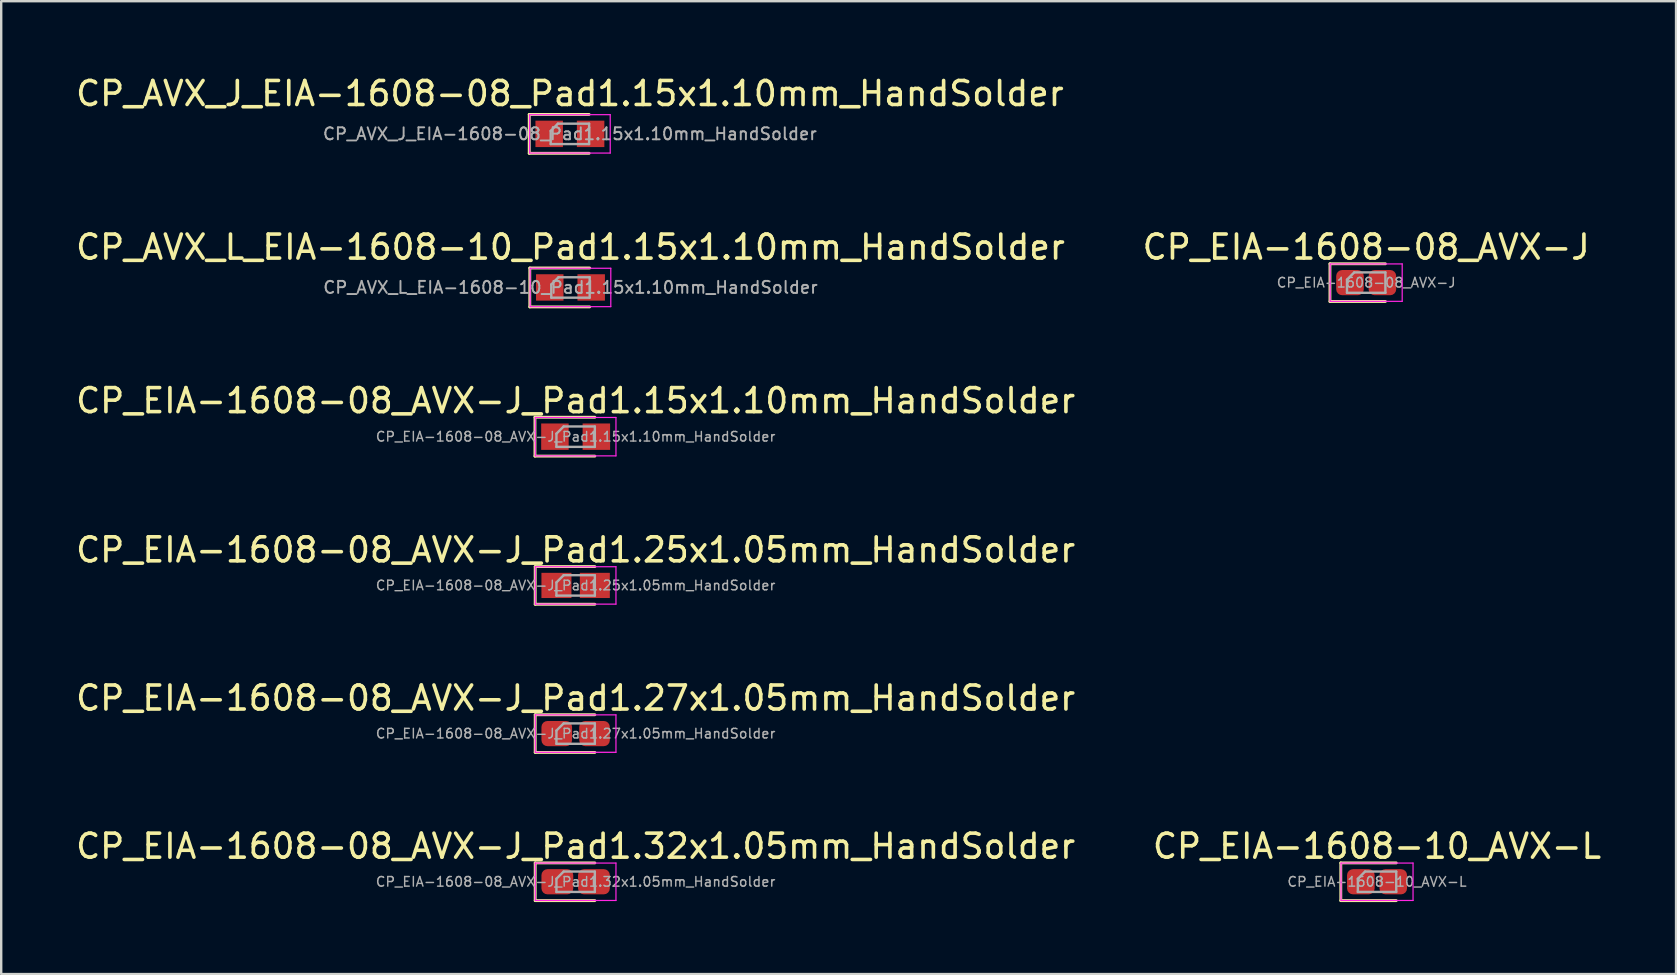
<source format=kicad_pcb>
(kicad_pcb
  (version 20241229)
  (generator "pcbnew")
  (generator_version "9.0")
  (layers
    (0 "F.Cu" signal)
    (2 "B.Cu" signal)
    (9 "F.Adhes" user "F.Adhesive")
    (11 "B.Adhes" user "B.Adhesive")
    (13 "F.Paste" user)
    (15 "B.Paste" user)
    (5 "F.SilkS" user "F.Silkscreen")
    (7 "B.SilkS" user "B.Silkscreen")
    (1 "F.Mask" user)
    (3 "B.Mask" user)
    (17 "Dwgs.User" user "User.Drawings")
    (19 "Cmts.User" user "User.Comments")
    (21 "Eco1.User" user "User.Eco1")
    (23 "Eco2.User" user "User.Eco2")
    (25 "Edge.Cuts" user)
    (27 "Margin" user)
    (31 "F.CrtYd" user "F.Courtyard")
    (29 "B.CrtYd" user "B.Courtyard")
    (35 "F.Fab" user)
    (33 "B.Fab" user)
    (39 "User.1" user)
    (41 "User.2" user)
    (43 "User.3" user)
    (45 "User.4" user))
  (footprint "CP_AVX_J_EIA-1608-08_Pad1.15x1.10mm_HandSolder"
    (layer "F.Cu")
    (at 20.696 2.528)
    (property "Reference" "CP_AVX_J_EIA-1608-08_Pad1.15x1.10mm_HandSolder" (at 0 -1.68 0) (layer "F.SilkS") (effects (font (size 1 1) (thickness 0.15))))
    (attr smd)
    (fp_line (start -1.695 -0.81) (end -1.695 0.81) (stroke (width 0.12) (type solid)) (layer "F.SilkS"))
    (fp_line (start -1.695 0.81) (end 0.8 0.81) (stroke (width 0.12) (type solid)) (layer "F.SilkS"))
    (fp_line (start 0.8 -0.81) (end -1.695 -0.81) (stroke (width 0.12) (type solid)) (layer "F.SilkS"))
    (fp_line (start -1.68 -0.8) (end 1.68 -0.8) (stroke (width 0.05) (type solid)) (layer "F.CrtYd"))
    (fp_line (start -1.68 0.8) (end -1.68 -0.8) (stroke (width 0.05) (type solid)) (layer "F.CrtYd"))
    (fp_line (start 1.68 -0.8) (end 1.68 0.8) (stroke (width 0.05) (type solid)) (layer "F.CrtYd"))
    (fp_line (start 1.68 0.8) (end -1.68 0.8) (stroke (width 0.05) (type solid)) (layer "F.CrtYd"))
    (fp_line (start -0.8 -0.125) (end -0.8 0.425) (stroke (width 0.1) (type solid)) (layer "F.Fab"))
    (fp_line (start -0.8 0.425) (end 0.8 0.425) (stroke (width 0.1) (type solid)) (layer "F.Fab"))
    (fp_line (start -0.5 -0.425) (end -0.8 -0.125) (stroke (width 0.1) (type solid)) (layer "F.Fab"))
    (fp_line (start 0.8 -0.425) (end -0.5 -0.425) (stroke (width 0.1) (type solid)) (layer "F.Fab"))
    (fp_line (start 0.8 0.425) (end 0.8 -0.425) (stroke (width 0.1) (type solid)) (layer "F.Fab"))
    (fp_text user "${REFERENCE}" (at 0 0 0) (layer "F.Fab") (effects (font (size 0.5 0.5) (thickness 0.08))))
    (pad "1" smd rect (at -0.863 0) (size 1.145 1.1) (layers "F.Cu" "F.Mask" "F.Paste"))
    (pad "2" smd rect (at 0.863 0) (size 1.145 1.1) (layers "F.Cu" "F.Mask" "F.Paste")))
  (footprint "CP_EIA-1608-08_AVX-J_Pad1.15x1.10mm_HandSolder"
    (layer "F.Cu")
    (at 20.935 15.145)
    (property "Reference" "CP_EIA-1608-08_AVX-J_Pad1.15x1.10mm_HandSolder" (at 0 -1.5 0) (layer "F.SilkS") (effects (font (size 1 1) (thickness 0.15))))
    (attr smd)
    (fp_line (start -1.695 -0.81) (end -1.695 0.81) (stroke (width 0.12) (type solid)) (layer "F.SilkS"))
    (fp_line (start -1.695 0.81) (end 0.8 0.81) (stroke (width 0.12) (type solid)) (layer "F.SilkS"))
    (fp_line (start 0.8 -0.81) (end -1.695 -0.81) (stroke (width 0.12) (type solid)) (layer "F.SilkS"))
    (fp_line (start -1.68 -0.8) (end 1.68 -0.8) (stroke (width 0.05) (type solid)) (layer "F.CrtYd"))
    (fp_line (start -1.68 0.8) (end -1.68 -0.8) (stroke (width 0.05) (type solid)) (layer "F.CrtYd"))
    (fp_line (start 1.68 -0.8) (end 1.68 0.8) (stroke (width 0.05) (type solid)) (layer "F.CrtYd"))
    (fp_line (start 1.68 0.8) (end -1.68 0.8) (stroke (width 0.05) (type solid)) (layer "F.CrtYd"))
    (fp_line (start -0.8 -0.125) (end -0.8 0.425) (stroke (width 0.1) (type solid)) (layer "F.Fab"))
    (fp_line (start -0.8 0.425) (end 0.8 0.425) (stroke (width 0.1) (type solid)) (layer "F.Fab"))
    (fp_line (start -0.5 -0.425) (end -0.8 -0.125) (stroke (width 0.1) (type solid)) (layer "F.Fab"))
    (fp_line (start 0.8 -0.425) (end -0.5 -0.425) (stroke (width 0.1) (type solid)) (layer "F.Fab"))
    (fp_line (start 0.8 0.425) (end 0.8 -0.425) (stroke (width 0.1) (type solid)) (layer "F.Fab"))
    (fp_text user "${REFERENCE}" (at 0 0 0) (layer "F.Fab") (effects (font (size 0.4 0.4) (thickness 0.06))))
    (pad "1" smd rect (at -0.863 0) (size 1.145 1.1) (layers "F.Cu" "F.Mask" "F.Paste"))
    (pad "2" smd rect (at 0.863 0) (size 1.145 1.1) (layers "F.Cu" "F.Mask" "F.Paste")))
  (footprint "CP_EIA-1608-08_AVX-J_Pad1.25x1.05mm_HandSolder"
    (layer "F.Cu")
    (at 20.935 21.343)
    (property "Reference" "CP_EIA-1608-08_AVX-J_Pad1.25x1.05mm_HandSolder" (at 0 -1.48 0) (layer "F.SilkS") (effects (font (size 1 1) (thickness 0.15))))
    (attr smd)
    (fp_line (start -1.685 -0.785) (end -1.685 0.785) (stroke (width 0.12) (type solid)) (layer "F.SilkS"))
    (fp_line (start -1.685 0.785) (end 0.8 0.785) (stroke (width 0.12) (type solid)) (layer "F.SilkS"))
    (fp_line (start 0.8 -0.785) (end -1.685 -0.785) (stroke (width 0.12) (type solid)) (layer "F.SilkS"))
    (fp_line (start -1.68 -0.78) (end 1.68 -0.78) (stroke (width 0.05) (type solid)) (layer "F.CrtYd"))
    (fp_line (start -1.68 0.78) (end -1.68 -0.78) (stroke (width 0.05) (type solid)) (layer "F.CrtYd"))
    (fp_line (start 1.68 -0.78) (end 1.68 0.78) (stroke (width 0.05) (type solid)) (layer "F.CrtYd"))
    (fp_line (start 1.68 0.78) (end -1.68 0.78) (stroke (width 0.05) (type solid)) (layer "F.CrtYd"))
    (fp_line (start -0.8 -0.125) (end -0.8 0.425) (stroke (width 0.1) (type solid)) (layer "F.Fab"))
    (fp_line (start -0.8 0.425) (end 0.8 0.425) (stroke (width 0.1) (type solid)) (layer "F.Fab"))
    (fp_line (start -0.5 -0.425) (end -0.8 -0.125) (stroke (width 0.1) (type solid)) (layer "F.Fab"))
    (fp_line (start 0.8 -0.425) (end -0.5 -0.425) (stroke (width 0.1) (type solid)) (layer "F.Fab"))
    (fp_line (start 0.8 0.425) (end 0.8 -0.425) (stroke (width 0.1) (type solid)) (layer "F.Fab"))
    (fp_text user "${REFERENCE}" (at 0 0 0) (layer "F.Fab") (effects (font (size 0.4 0.4) (thickness 0.06))))
    (pad "1" smd rect (at -0.8 0) (size 1.25 1.05) (layers "F.Cu" "F.Mask" "F.Paste"))
    (pad "2" smd rect (at 0.8 0) (size 1.25 1.05) (layers "F.Cu" "F.Mask" "F.Paste")))
  (footprint "CP_AVX_L_EIA-1608-10_Pad1.15x1.10mm_HandSolder"
    (layer "F.Cu")
    (at 20.72 8.927)
    (property "Reference" "CP_AVX_L_EIA-1608-10_Pad1.15x1.10mm_HandSolder" (at 0 -1.68 0) (layer "F.SilkS") (effects (font (size 1 1) (thickness 0.15))))
    (attr smd)
    (fp_line (start -1.695 -0.81) (end -1.695 0.81) (stroke (width 0.12) (type solid)) (layer "F.SilkS"))
    (fp_line (start -1.695 0.81) (end 0.8 0.81) (stroke (width 0.12) (type solid)) (layer "F.SilkS"))
    (fp_line (start 0.8 -0.81) (end -1.695 -0.81) (stroke (width 0.12) (type solid)) (layer "F.SilkS"))
    (fp_line (start -1.68 -0.8) (end 1.68 -0.8) (stroke (width 0.05) (type solid)) (layer "F.CrtYd"))
    (fp_line (start -1.68 0.8) (end -1.68 -0.8) (stroke (width 0.05) (type solid)) (layer "F.CrtYd"))
    (fp_line (start 1.68 -0.8) (end 1.68 0.8) (stroke (width 0.05) (type solid)) (layer "F.CrtYd"))
    (fp_line (start 1.68 0.8) (end -1.68 0.8) (stroke (width 0.05) (type solid)) (layer "F.CrtYd"))
    (fp_line (start -0.8 -0.125) (end -0.8 0.425) (stroke (width 0.1) (type solid)) (layer "F.Fab"))
    (fp_line (start -0.8 0.425) (end 0.8 0.425) (stroke (width 0.1) (type solid)) (layer "F.Fab"))
    (fp_line (start -0.5 -0.425) (end -0.8 -0.125) (stroke (width 0.1) (type solid)) (layer "F.Fab"))
    (fp_line (start 0.8 -0.425) (end -0.5 -0.425) (stroke (width 0.1) (type solid)) (layer "F.Fab"))
    (fp_line (start 0.8 0.425) (end 0.8 -0.425) (stroke (width 0.1) (type solid)) (layer "F.Fab"))
    (fp_text user "${REFERENCE}" (at 0 0 0) (layer "F.Fab") (effects (font (size 0.5 0.5) (thickness 0.08))))
    (pad "1" smd rect (at -0.863 0) (size 1.145 1.1) (layers "F.Cu" "F.Mask" "F.Paste"))
    (pad "2" smd rect (at 0.863 0) (size 1.145 1.1) (layers "F.Cu" "F.Mask" "F.Paste")))
  (footprint "CP_EIA-1608-08_AVX-J_Pad1.27x1.05mm_HandSolder"
    (layer "F.Cu")
    (at 20.935 27.516)
    (property "Reference" "CP_EIA-1608-08_AVX-J_Pad1.27x1.05mm_HandSolder" (at 0 -1.48 0) (layer "F.SilkS") (effects (font (size 1 1) (thickness 0.15))))
    (attr smd)
    (fp_line (start -1.685 -0.785) (end -1.685 0.785) (stroke (width 0.12) (type solid)) (layer "F.SilkS"))
    (fp_line (start -1.685 0.785) (end 0.8 0.785) (stroke (width 0.12) (type solid)) (layer "F.SilkS"))
    (fp_line (start 0.8 -0.785) (end -1.685 -0.785) (stroke (width 0.12) (type solid)) (layer "F.SilkS"))
    (fp_line (start -1.68 -0.78) (end 1.68 -0.78) (stroke (width 0.05) (type solid)) (layer "F.CrtYd"))
    (fp_line (start -1.68 0.78) (end -1.68 -0.78) (stroke (width 0.05) (type solid)) (layer "F.CrtYd"))
    (fp_line (start 1.68 -0.78) (end 1.68 0.78) (stroke (width 0.05) (type solid)) (layer "F.CrtYd"))
    (fp_line (start 1.68 0.78) (end -1.68 0.78) (stroke (width 0.05) (type solid)) (layer "F.CrtYd"))
    (fp_line (start -0.8 -0.125) (end -0.8 0.425) (stroke (width 0.1) (type solid)) (layer "F.Fab"))
    (fp_line (start -0.8 0.425) (end 0.8 0.425) (stroke (width 0.1) (type solid)) (layer "F.Fab"))
    (fp_line (start -0.5 -0.425) (end -0.8 -0.125) (stroke (width 0.1) (type solid)) (layer "F.Fab"))
    (fp_line (start 0.8 -0.425) (end -0.5 -0.425) (stroke (width 0.1) (type solid)) (layer "F.Fab"))
    (fp_line (start 0.8 0.425) (end 0.8 -0.425) (stroke (width 0.1) (type solid)) (layer "F.Fab"))
    (fp_text user "${REFERENCE}" (at 0 0 0) (layer "F.Fab") (effects (font (size 0.4 0.4) (thickness 0.06))))
    (pad "1" smd roundrect (at -0.787 0) (size 1.275 1.05) (layers "F.Cu" "F.Mask" "F.Paste") (roundrect_rratio 0.238))
    (pad "2" smd roundrect (at 0.787 0) (size 1.275 1.05) (layers "F.Cu" "F.Mask" "F.Paste") (roundrect_rratio 0.238)))
  (footprint "CP_EIA-1608-08_AVX-J"
    (layer "F.Cu")
    (at 53.875 8.726)
    (property "Reference" "CP_EIA-1608-08_AVX-J" (at 0 -1.48 0) (layer "F.SilkS") (effects (font (size 1 1) (thickness 0.15))))
    (attr smd)
    (fp_line (start -1.51 -0.785) (end -1.51 0.785) (stroke (width 0.12) (type solid)) (layer "F.SilkS"))
    (fp_line (start -1.51 0.785) (end 0.8 0.785) (stroke (width 0.12) (type solid)) (layer "F.SilkS"))
    (fp_line (start 0.8 -0.785) (end -1.51 -0.785) (stroke (width 0.12) (type solid)) (layer "F.SilkS"))
    (fp_line (start -1.5 -0.78) (end 1.5 -0.78) (stroke (width 0.05) (type solid)) (layer "F.CrtYd"))
    (fp_line (start -1.5 0.78) (end -1.5 -0.78) (stroke (width 0.05) (type solid)) (layer "F.CrtYd"))
    (fp_line (start 1.5 -0.78) (end 1.5 0.78) (stroke (width 0.05) (type solid)) (layer "F.CrtYd"))
    (fp_line (start 1.5 0.78) (end -1.5 0.78) (stroke (width 0.05) (type solid)) (layer "F.CrtYd"))
    (fp_line (start -0.8 -0.125) (end -0.8 0.425) (stroke (width 0.1) (type solid)) (layer "F.Fab"))
    (fp_line (start -0.8 0.425) (end 0.8 0.425) (stroke (width 0.1) (type solid)) (layer "F.Fab"))
    (fp_line (start -0.5 -0.425) (end -0.8 -0.125) (stroke (width 0.1) (type solid)) (layer "F.Fab"))
    (fp_line (start 0.8 -0.425) (end -0.5 -0.425) (stroke (width 0.1) (type solid)) (layer "F.Fab"))
    (fp_line (start 0.8 0.425) (end 0.8 -0.425) (stroke (width 0.1) (type solid)) (layer "F.Fab"))
    (fp_text user "${REFERENCE}" (at 0 0 0) (layer "F.Fab") (effects (font (size 0.4 0.4) (thickness 0.06))))
    (pad "1" smd roundrect (at -0.675 0) (size 1.15 1.05) (layers "F.Cu" "F.Mask" "F.Paste") (roundrect_rratio 0.238))
    (pad "2" smd roundrect (at 0.675 0) (size 1.15 1.05) (layers "F.Cu" "F.Mask" "F.Paste") (roundrect_rratio 0.238)))
  (footprint "CP_EIA-1608-08_AVX-J_Pad1.32x1.05mm_HandSolder"
    (layer "F.Cu")
    (at 20.935 33.69)
    (property "Reference" "CP_EIA-1608-08_AVX-J_Pad1.32x1.05mm_HandSolder" (at 0 -1.48 0) (layer "F.SilkS") (effects (font (size 1 1) (thickness 0.15))))
    (attr smd)
    (fp_line (start -1.685 -0.785) (end -1.685 0.785) (stroke (width 0.12) (type solid)) (layer "F.SilkS"))
    (fp_line (start -1.685 0.785) (end 0.8 0.785) (stroke (width 0.12) (type solid)) (layer "F.SilkS"))
    (fp_line (start 0.8 -0.785) (end -1.685 -0.785) (stroke (width 0.12) (type solid)) (layer "F.SilkS"))
    (fp_line (start -1.68 -0.78) (end 1.68 -0.78) (stroke (width 0.05) (type solid)) (layer "F.CrtYd"))
    (fp_line (start -1.68 0.78) (end -1.68 -0.78) (stroke (width 0.05) (type solid)) (layer "F.CrtYd"))
    (fp_line (start 1.68 -0.78) (end 1.68 0.78) (stroke (width 0.05) (type solid)) (layer "F.CrtYd"))
    (fp_line (start 1.68 0.78) (end -1.68 0.78) (stroke (width 0.05) (type solid)) (layer "F.CrtYd"))
    (fp_line (start -0.8 -0.125) (end -0.8 0.425) (stroke (width 0.1) (type solid)) (layer "F.Fab"))
    (fp_line (start -0.8 0.425) (end 0.8 0.425) (stroke (width 0.1) (type solid)) (layer "F.Fab"))
    (fp_line (start -0.5 -0.425) (end -0.8 -0.125) (stroke (width 0.1) (type solid)) (layer "F.Fab"))
    (fp_line (start 0.8 -0.425) (end -0.5 -0.425) (stroke (width 0.1) (type solid)) (layer "F.Fab"))
    (fp_line (start 0.8 0.425) (end 0.8 -0.425) (stroke (width 0.1) (type solid)) (layer "F.Fab"))
    (fp_text user "${REFERENCE}" (at 0 0 0) (layer "F.Fab") (effects (font (size 0.4 0.4) (thickness 0.06))))
    (pad "1" smd roundrect (at -0.762 0) (size 1.325 1.05) (layers "F.Cu" "F.Mask" "F.Paste") (roundrect_rratio 0.238))
    (pad "2" smd roundrect (at 0.762 0) (size 1.325 1.05) (layers "F.Cu" "F.Mask" "F.Paste") (roundrect_rratio 0.238)))
  (footprint "CP_EIA-1608-10_AVX-L"
    (layer "F.Cu")
    (at 54.327 33.69)
    (property "Reference" "CP_EIA-1608-10_AVX-L" (at 0 -1.48 0) (layer "F.SilkS") (effects (font (size 1 1) (thickness 0.15))))
    (attr smd)
    (fp_line (start -1.51 -0.785) (end -1.51 0.785) (stroke (width 0.12) (type solid)) (layer "F.SilkS"))
    (fp_line (start -1.51 0.785) (end 0.8 0.785) (stroke (width 0.12) (type solid)) (layer "F.SilkS"))
    (fp_line (start 0.8 -0.785) (end -1.51 -0.785) (stroke (width 0.12) (type solid)) (layer "F.SilkS"))
    (fp_line (start -1.5 -0.78) (end 1.5 -0.78) (stroke (width 0.05) (type solid)) (layer "F.CrtYd"))
    (fp_line (start -1.5 0.78) (end -1.5 -0.78) (stroke (width 0.05) (type solid)) (layer "F.CrtYd"))
    (fp_line (start 1.5 -0.78) (end 1.5 0.78) (stroke (width 0.05) (type solid)) (layer "F.CrtYd"))
    (fp_line (start 1.5 0.78) (end -1.5 0.78) (stroke (width 0.05) (type solid)) (layer "F.CrtYd"))
    (fp_line (start -0.8 -0.125) (end -0.8 0.425) (stroke (width 0.1) (type solid)) (layer "F.Fab"))
    (fp_line (start -0.8 0.425) (end 0.8 0.425) (stroke (width 0.1) (type solid)) (layer "F.Fab"))
    (fp_line (start -0.5 -0.425) (end -0.8 -0.125) (stroke (width 0.1) (type solid)) (layer "F.Fab"))
    (fp_line (start 0.8 -0.425) (end -0.5 -0.425) (stroke (width 0.1) (type solid)) (layer "F.Fab"))
    (fp_line (start 0.8 0.425) (end 0.8 -0.425) (stroke (width 0.1) (type solid)) (layer "F.Fab"))
    (fp_text user "${REFERENCE}" (at 0 0 0) (layer "F.Fab") (effects (font (size 0.4 0.4) (thickness 0.06))))
    (pad "1" smd roundrect (at -0.675 0) (size 1.15 1.05) (layers "F.Cu" "F.Mask" "F.Paste") (roundrect_rratio 0.238))
    (pad "2" smd roundrect (at 0.675 0) (size 1.15 1.05) (layers "F.Cu" "F.Mask" "F.Paste") (roundrect_rratio 0.238)))
  (gr_rect
    (start -3 -3)
    (end 66.786 37.535)
    (stroke (width 0.1) (type default))
    (fill no)
    (layer "Edge.Cuts")))
</source>
